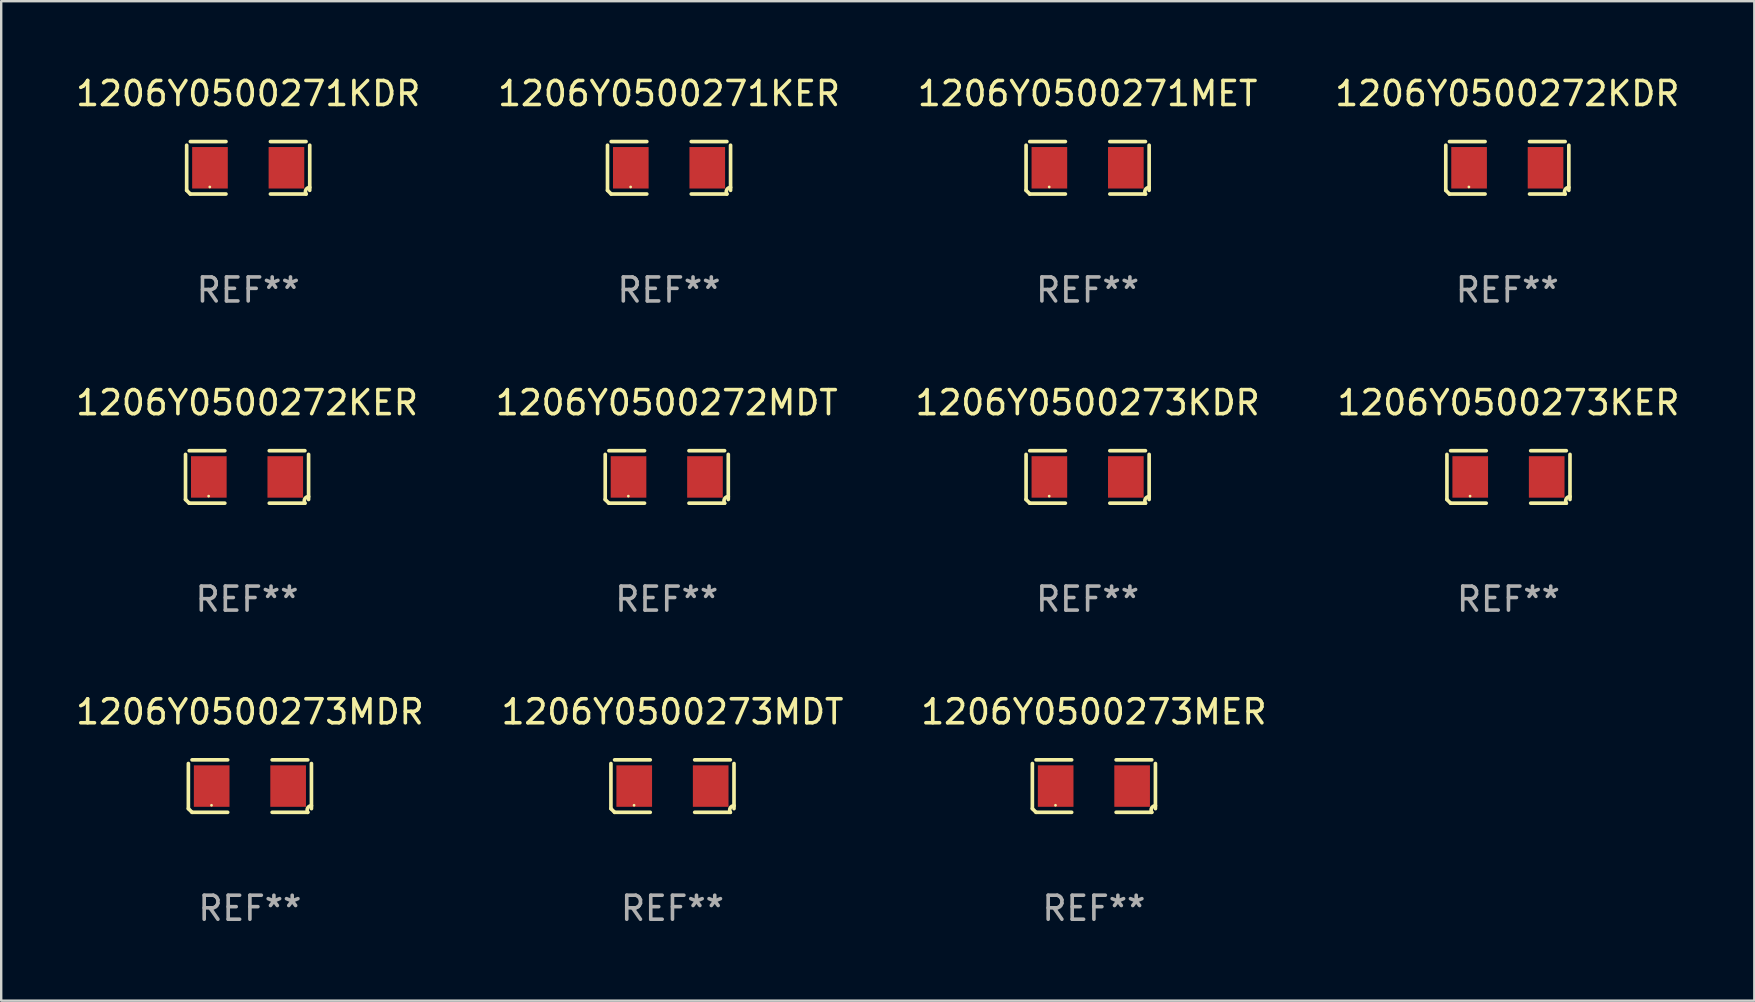
<source format=kicad_pcb>
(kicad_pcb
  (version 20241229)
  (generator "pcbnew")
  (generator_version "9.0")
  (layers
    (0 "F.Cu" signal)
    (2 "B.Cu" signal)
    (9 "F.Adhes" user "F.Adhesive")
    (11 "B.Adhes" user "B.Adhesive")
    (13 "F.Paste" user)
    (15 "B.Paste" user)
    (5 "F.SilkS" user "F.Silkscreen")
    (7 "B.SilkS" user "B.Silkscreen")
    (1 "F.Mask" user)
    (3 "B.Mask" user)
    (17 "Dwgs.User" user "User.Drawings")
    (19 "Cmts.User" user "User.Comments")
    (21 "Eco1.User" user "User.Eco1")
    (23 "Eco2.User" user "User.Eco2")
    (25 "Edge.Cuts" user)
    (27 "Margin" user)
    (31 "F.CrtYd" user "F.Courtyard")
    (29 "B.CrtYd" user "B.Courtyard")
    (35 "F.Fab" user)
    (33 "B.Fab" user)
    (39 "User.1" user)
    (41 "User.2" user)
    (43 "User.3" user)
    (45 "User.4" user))
  (footprint "1206Y0500272KDR"
    (layer "F.Cu")
    (at 59.756 3.941)
    (property "Reference" "1206Y0500272KDR" (at 0 -3.093 0) (layer "F.SilkS") (effects (font (size 1 1) (thickness 0.15))))
    (attr through_hole)
    (fp_line (start -2.564 0.94) (end -2.564 -0.94) (stroke (width 0.152) (type solid)) (layer "F.SilkS"))
    (fp_line (start -2.411 -1.093) (end -0.926 -1.093) (stroke (width 0.152) (type solid)) (layer "F.SilkS"))
    (fp_line (start -0.926 1.093) (end -2.411 1.093) (stroke (width 0.152) (type solid)) (layer "F.SilkS"))
    (fp_line (start 0.926 1.093) (end 2.411 1.093) (stroke (width 0.152) (type solid)) (layer "F.SilkS"))
    (fp_line (start 2.411 -1.093) (end 0.926 -1.093) (stroke (width 0.152) (type solid)) (layer "F.SilkS"))
    (fp_line (start 2.564 0.94) (end 2.564 -0.94) (stroke (width 0.152) (type solid)) (layer "F.SilkS"))
    (fp_arc (start -2.411201 1.092609) (mid -2.487413 1.01642) (end -2.563602 0.940208) (stroke (width 0.1524) (type solid)) (layer "F.SilkS"))
    (fp_arc (start 2.411201 1.092609) (mid 2.407159 0.911226) (end 2.563602 0.819347) (stroke (width 0.1524) (type solid)) (layer "F.SilkS"))
    (fp_circle (center -1.6 0.8) (end -1.57 0.8) (stroke (width 0.06) (type solid)) (fill no) (layer "F.SilkS"))
    (fp_text user "REF**" (at 0 5.093 0) (layer "F.Fab") (effects (font (size 1 1) (thickness 0.15))))
    (pad "1" smd rect (at -1.593 0) (size 1.485 1.728) (layers "F.Cu" "F.Mask" "F.Paste"))
    (pad "2" smd rect (at 1.593 0) (size 1.485 1.728) (layers "F.Cu" "F.Mask" "F.Paste")))
  (footprint "1206Y0500271KER"
    (layer "F.Cu")
    (at 24.827 3.941)
    (property "Reference" "1206Y0500271KER" (at 0 -3.093 0) (layer "F.SilkS") (effects (font (size 1 1) (thickness 0.15))))
    (attr through_hole)
    (fp_line (start -2.564 0.94) (end -2.564 -0.94) (stroke (width 0.152) (type solid)) (layer "F.SilkS"))
    (fp_line (start -2.411 -1.093) (end -0.926 -1.093) (stroke (width 0.152) (type solid)) (layer "F.SilkS"))
    (fp_line (start -0.926 1.093) (end -2.411 1.093) (stroke (width 0.152) (type solid)) (layer "F.SilkS"))
    (fp_line (start 0.926 1.093) (end 2.411 1.093) (stroke (width 0.152) (type solid)) (layer "F.SilkS"))
    (fp_line (start 2.411 -1.093) (end 0.926 -1.093) (stroke (width 0.152) (type solid)) (layer "F.SilkS"))
    (fp_line (start 2.564 0.94) (end 2.564 -0.94) (stroke (width 0.152) (type solid)) (layer "F.SilkS"))
    (fp_arc (start -2.411201 1.092609) (mid -2.487413 1.01642) (end -2.563602 0.940208) (stroke (width 0.1524) (type solid)) (layer "F.SilkS"))
    (fp_arc (start 2.411201 1.092609) (mid 2.407159 0.911226) (end 2.563602 0.819347) (stroke (width 0.1524) (type solid)) (layer "F.SilkS"))
    (fp_circle (center -1.6 0.8) (end -1.57 0.8) (stroke (width 0.06) (type solid)) (fill no) (layer "F.SilkS"))
    (fp_text user "REF**" (at 0 5.093 0) (layer "F.Fab") (effects (font (size 1 1) (thickness 0.15))))
    (pad "1" smd rect (at -1.593 0) (size 1.485 1.728) (layers "F.Cu" "F.Mask" "F.Paste"))
    (pad "2" smd rect (at 1.593 0) (size 1.485 1.728) (layers "F.Cu" "F.Mask" "F.Paste")))
  (footprint "1206Y0500271KDR"
    (layer "F.Cu")
    (at 7.292 3.941)
    (property "Reference" "1206Y0500271KDR" (at 0 -3.093 0) (layer "F.SilkS") (effects (font (size 1 1) (thickness 0.15))))
    (attr through_hole)
    (fp_line (start -2.564 0.94) (end -2.564 -0.94) (stroke (width 0.152) (type solid)) (layer "F.SilkS"))
    (fp_line (start -2.411 -1.093) (end -0.926 -1.093) (stroke (width 0.152) (type solid)) (layer "F.SilkS"))
    (fp_line (start -0.926 1.093) (end -2.411 1.093) (stroke (width 0.152) (type solid)) (layer "F.SilkS"))
    (fp_line (start 0.926 1.093) (end 2.411 1.093) (stroke (width 0.152) (type solid)) (layer "F.SilkS"))
    (fp_line (start 2.411 -1.093) (end 0.926 -1.093) (stroke (width 0.152) (type solid)) (layer "F.SilkS"))
    (fp_line (start 2.564 0.94) (end 2.564 -0.94) (stroke (width 0.152) (type solid)) (layer "F.SilkS"))
    (fp_arc (start -2.411201 1.092609) (mid -2.487413 1.01642) (end -2.563602 0.940208) (stroke (width 0.1524) (type solid)) (layer "F.SilkS"))
    (fp_arc (start 2.411201 1.092609) (mid 2.407159 0.911226) (end 2.563602 0.819347) (stroke (width 0.1524) (type solid)) (layer "F.SilkS"))
    (fp_circle (center -1.6 0.8) (end -1.57 0.8) (stroke (width 0.06) (type solid)) (fill no) (layer "F.SilkS"))
    (fp_text user "REF**" (at 0 5.093 0) (layer "F.Fab") (effects (font (size 1 1) (thickness 0.15))))
    (pad "1" smd rect (at -1.593 0) (size 1.485 1.728) (layers "F.Cu" "F.Mask" "F.Paste"))
    (pad "2" smd rect (at 1.593 0) (size 1.485 1.728) (layers "F.Cu" "F.Mask" "F.Paste")))
  (footprint "1206Y0500272MDT"
    (layer "F.Cu")
    (at 24.732 16.823)
    (property "Reference" "1206Y0500272MDT" (at 0 -3.093 0) (layer "F.SilkS") (effects (font (size 1 1) (thickness 0.15))))
    (attr through_hole)
    (fp_line (start -2.564 0.94) (end -2.564 -0.94) (stroke (width 0.152) (type solid)) (layer "F.SilkS"))
    (fp_line (start -2.411 -1.093) (end -0.926 -1.093) (stroke (width 0.152) (type solid)) (layer "F.SilkS"))
    (fp_line (start -0.926 1.093) (end -2.411 1.093) (stroke (width 0.152) (type solid)) (layer "F.SilkS"))
    (fp_line (start 0.926 1.093) (end 2.411 1.093) (stroke (width 0.152) (type solid)) (layer "F.SilkS"))
    (fp_line (start 2.411 -1.093) (end 0.926 -1.093) (stroke (width 0.152) (type solid)) (layer "F.SilkS"))
    (fp_line (start 2.564 0.94) (end 2.564 -0.94) (stroke (width 0.152) (type solid)) (layer "F.SilkS"))
    (fp_arc (start -2.411201 1.092609) (mid -2.487413 1.01642) (end -2.563602 0.940208) (stroke (width 0.1524) (type solid)) (layer "F.SilkS"))
    (fp_arc (start 2.411201 1.092609) (mid 2.407159 0.911226) (end 2.563602 0.819347) (stroke (width 0.1524) (type solid)) (layer "F.SilkS"))
    (fp_circle (center -1.6 0.8) (end -1.57 0.8) (stroke (width 0.06) (type solid)) (fill no) (layer "F.SilkS"))
    (fp_text user "REF**" (at 0 5.093 0) (layer "F.Fab") (effects (font (size 1 1) (thickness 0.15))))
    (pad "1" smd rect (at -1.593 0) (size 1.485 1.728) (layers "F.Cu" "F.Mask" "F.Paste"))
    (pad "2" smd rect (at 1.593 0) (size 1.485 1.728) (layers "F.Cu" "F.Mask" "F.Paste")))
  (footprint "1206Y0500272KER"
    (layer "F.Cu")
    (at 7.244 16.823)
    (property "Reference" "1206Y0500272KER" (at 0 -3.093 0) (layer "F.SilkS") (effects (font (size 1 1) (thickness 0.15))))
    (attr through_hole)
    (fp_line (start -2.564 0.94) (end -2.564 -0.94) (stroke (width 0.152) (type solid)) (layer "F.SilkS"))
    (fp_line (start -2.411 -1.093) (end -0.926 -1.093) (stroke (width 0.152) (type solid)) (layer "F.SilkS"))
    (fp_line (start -0.926 1.093) (end -2.411 1.093) (stroke (width 0.152) (type solid)) (layer "F.SilkS"))
    (fp_line (start 0.926 1.093) (end 2.411 1.093) (stroke (width 0.152) (type solid)) (layer "F.SilkS"))
    (fp_line (start 2.411 -1.093) (end 0.926 -1.093) (stroke (width 0.152) (type solid)) (layer "F.SilkS"))
    (fp_line (start 2.564 0.94) (end 2.564 -0.94) (stroke (width 0.152) (type solid)) (layer "F.SilkS"))
    (fp_arc (start -2.411201 1.092609) (mid -2.487413 1.01642) (end -2.563602 0.940208) (stroke (width 0.1524) (type solid)) (layer "F.SilkS"))
    (fp_arc (start 2.411201 1.092609) (mid 2.407159 0.911226) (end 2.563602 0.819347) (stroke (width 0.1524) (type solid)) (layer "F.SilkS"))
    (fp_circle (center -1.6 0.8) (end -1.57 0.8) (stroke (width 0.06) (type solid)) (fill no) (layer "F.SilkS"))
    (fp_text user "REF**" (at 0 5.093 0) (layer "F.Fab") (effects (font (size 1 1) (thickness 0.15))))
    (pad "1" smd rect (at -1.593 0) (size 1.485 1.728) (layers "F.Cu" "F.Mask" "F.Paste"))
    (pad "2" smd rect (at 1.593 0) (size 1.485 1.728) (layers "F.Cu" "F.Mask" "F.Paste")))
  (footprint "1206Y0500273MER"
    (layer "F.Cu")
    (at 42.53 29.704)
    (property "Reference" "1206Y0500273MER" (at 0 -3.093 0) (layer "F.SilkS") (effects (font (size 1 1) (thickness 0.15))))
    (attr through_hole)
    (fp_line (start -2.564 0.94) (end -2.564 -0.94) (stroke (width 0.152) (type solid)) (layer "F.SilkS"))
    (fp_line (start -2.411 -1.093) (end -0.926 -1.093) (stroke (width 0.152) (type solid)) (layer "F.SilkS"))
    (fp_line (start -0.926 1.093) (end -2.411 1.093) (stroke (width 0.152) (type solid)) (layer "F.SilkS"))
    (fp_line (start 0.926 1.093) (end 2.411 1.093) (stroke (width 0.152) (type solid)) (layer "F.SilkS"))
    (fp_line (start 2.411 -1.093) (end 0.926 -1.093) (stroke (width 0.152) (type solid)) (layer "F.SilkS"))
    (fp_line (start 2.564 0.94) (end 2.564 -0.94) (stroke (width 0.152) (type solid)) (layer "F.SilkS"))
    (fp_arc (start -2.411201 1.092609) (mid -2.487413 1.01642) (end -2.563602 0.940208) (stroke (width 0.1524) (type solid)) (layer "F.SilkS"))
    (fp_arc (start 2.411201 1.092609) (mid 2.407159 0.911226) (end 2.563602 0.819347) (stroke (width 0.1524) (type solid)) (layer "F.SilkS"))
    (fp_circle (center -1.6 0.8) (end -1.57 0.8) (stroke (width 0.06) (type solid)) (fill no) (layer "F.SilkS"))
    (fp_text user "REF**" (at 0 5.093 0) (layer "F.Fab") (effects (font (size 1 1) (thickness 0.15))))
    (pad "1" smd rect (at -1.593 0) (size 1.485 1.728) (layers "F.Cu" "F.Mask" "F.Paste"))
    (pad "2" smd rect (at 1.593 0) (size 1.485 1.728) (layers "F.Cu" "F.Mask" "F.Paste")))
  (footprint "1206Y0500273MDR"
    (layer "F.Cu")
    (at 7.363 29.704)
    (property "Reference" "1206Y0500273MDR" (at 0 -3.093 0) (layer "F.SilkS") (effects (font (size 1 1) (thickness 0.15))))
    (attr through_hole)
    (fp_line (start -2.564 0.94) (end -2.564 -0.94) (stroke (width 0.152) (type solid)) (layer "F.SilkS"))
    (fp_line (start -2.411 -1.093) (end -0.926 -1.093) (stroke (width 0.152) (type solid)) (layer "F.SilkS"))
    (fp_line (start -0.926 1.093) (end -2.411 1.093) (stroke (width 0.152) (type solid)) (layer "F.SilkS"))
    (fp_line (start 0.926 1.093) (end 2.411 1.093) (stroke (width 0.152) (type solid)) (layer "F.SilkS"))
    (fp_line (start 2.411 -1.093) (end 0.926 -1.093) (stroke (width 0.152) (type solid)) (layer "F.SilkS"))
    (fp_line (start 2.564 0.94) (end 2.564 -0.94) (stroke (width 0.152) (type solid)) (layer "F.SilkS"))
    (fp_arc (start -2.411201 1.092609) (mid -2.487413 1.01642) (end -2.563602 0.940208) (stroke (width 0.1524) (type solid)) (layer "F.SilkS"))
    (fp_arc (start 2.411201 1.092609) (mid 2.407159 0.911226) (end 2.563602 0.819347) (stroke (width 0.1524) (type solid)) (layer "F.SilkS"))
    (fp_circle (center -1.6 0.8) (end -1.57 0.8) (stroke (width 0.06) (type solid)) (fill no) (layer "F.SilkS"))
    (fp_text user "REF**" (at 0 5.093 0) (layer "F.Fab") (effects (font (size 1 1) (thickness 0.15))))
    (pad "1" smd rect (at -1.593 0) (size 1.485 1.728) (layers "F.Cu" "F.Mask" "F.Paste"))
    (pad "2" smd rect (at 1.593 0) (size 1.485 1.728) (layers "F.Cu" "F.Mask" "F.Paste")))
  (footprint "1206Y0500273MDT"
    (layer "F.Cu")
    (at 24.97 29.704)
    (property "Reference" "1206Y0500273MDT" (at 0 -3.093 0) (layer "F.SilkS") (effects (font (size 1 1) (thickness 0.15))))
    (attr through_hole)
    (fp_line (start -2.564 0.94) (end -2.564 -0.94) (stroke (width 0.152) (type solid)) (layer "F.SilkS"))
    (fp_line (start -2.411 -1.093) (end -0.926 -1.093) (stroke (width 0.152) (type solid)) (layer "F.SilkS"))
    (fp_line (start -0.926 1.093) (end -2.411 1.093) (stroke (width 0.152) (type solid)) (layer "F.SilkS"))
    (fp_line (start 0.926 1.093) (end 2.411 1.093) (stroke (width 0.152) (type solid)) (layer "F.SilkS"))
    (fp_line (start 2.411 -1.093) (end 0.926 -1.093) (stroke (width 0.152) (type solid)) (layer "F.SilkS"))
    (fp_line (start 2.564 0.94) (end 2.564 -0.94) (stroke (width 0.152) (type solid)) (layer "F.SilkS"))
    (fp_arc (start -2.411201 1.092609) (mid -2.487413 1.01642) (end -2.563602 0.940208) (stroke (width 0.1524) (type solid)) (layer "F.SilkS"))
    (fp_arc (start 2.411201 1.092609) (mid 2.407159 0.911226) (end 2.563602 0.819347) (stroke (width 0.1524) (type solid)) (layer "F.SilkS"))
    (fp_circle (center -1.6 0.8) (end -1.57 0.8) (stroke (width 0.06) (type solid)) (fill no) (layer "F.SilkS"))
    (fp_text user "REF**" (at 0 5.093 0) (layer "F.Fab") (effects (font (size 1 1) (thickness 0.15))))
    (pad "1" smd rect (at -1.593 0) (size 1.485 1.728) (layers "F.Cu" "F.Mask" "F.Paste"))
    (pad "2" smd rect (at 1.593 0) (size 1.485 1.728) (layers "F.Cu" "F.Mask" "F.Paste")))
  (footprint "1206Y0500273KDR"
    (layer "F.Cu")
    (at 42.268 16.823)
    (property "Reference" "1206Y0500273KDR" (at 0 -3.093 0) (layer "F.SilkS") (effects (font (size 1 1) (thickness 0.15))))
    (attr through_hole)
    (fp_line (start -2.564 0.94) (end -2.564 -0.94) (stroke (width 0.152) (type solid)) (layer "F.SilkS"))
    (fp_line (start -2.411 -1.093) (end -0.926 -1.093) (stroke (width 0.152) (type solid)) (layer "F.SilkS"))
    (fp_line (start -0.926 1.093) (end -2.411 1.093) (stroke (width 0.152) (type solid)) (layer "F.SilkS"))
    (fp_line (start 0.926 1.093) (end 2.411 1.093) (stroke (width 0.152) (type solid)) (layer "F.SilkS"))
    (fp_line (start 2.411 -1.093) (end 0.926 -1.093) (stroke (width 0.152) (type solid)) (layer "F.SilkS"))
    (fp_line (start 2.564 0.94) (end 2.564 -0.94) (stroke (width 0.152) (type solid)) (layer "F.SilkS"))
    (fp_arc (start -2.411201 1.092609) (mid -2.487413 1.01642) (end -2.563602 0.940208) (stroke (width 0.1524) (type solid)) (layer "F.SilkS"))
    (fp_arc (start 2.411201 1.092609) (mid 2.407159 0.911226) (end 2.563602 0.819347) (stroke (width 0.1524) (type solid)) (layer "F.SilkS"))
    (fp_circle (center -1.6 0.8) (end -1.57 0.8) (stroke (width 0.06) (type solid)) (fill no) (layer "F.SilkS"))
    (fp_text user "REF**" (at 0 5.093 0) (layer "F.Fab") (effects (font (size 1 1) (thickness 0.15))))
    (pad "1" smd rect (at -1.593 0) (size 1.485 1.728) (layers "F.Cu" "F.Mask" "F.Paste"))
    (pad "2" smd rect (at 1.593 0) (size 1.485 1.728) (layers "F.Cu" "F.Mask" "F.Paste")))
  (footprint "1206Y0500271MET"
    (layer "F.Cu")
    (at 42.268 3.941)
    (property "Reference" "1206Y0500271MET" (at 0 -3.093 0) (layer "F.SilkS") (effects (font (size 1 1) (thickness 0.15))))
    (attr through_hole)
    (fp_line (start -2.564 0.94) (end -2.564 -0.94) (stroke (width 0.152) (type solid)) (layer "F.SilkS"))
    (fp_line (start -2.411 -1.093) (end -0.926 -1.093) (stroke (width 0.152) (type solid)) (layer "F.SilkS"))
    (fp_line (start -0.926 1.093) (end -2.411 1.093) (stroke (width 0.152) (type solid)) (layer "F.SilkS"))
    (fp_line (start 0.926 1.093) (end 2.411 1.093) (stroke (width 0.152) (type solid)) (layer "F.SilkS"))
    (fp_line (start 2.411 -1.093) (end 0.926 -1.093) (stroke (width 0.152) (type solid)) (layer "F.SilkS"))
    (fp_line (start 2.564 0.94) (end 2.564 -0.94) (stroke (width 0.152) (type solid)) (layer "F.SilkS"))
    (fp_arc (start -2.411201 1.092609) (mid -2.487413 1.01642) (end -2.563602 0.940208) (stroke (width 0.1524) (type solid)) (layer "F.SilkS"))
    (fp_arc (start 2.411201 1.092609) (mid 2.407159 0.911226) (end 2.563602 0.819347) (stroke (width 0.1524) (type solid)) (layer "F.SilkS"))
    (fp_circle (center -1.6 0.8) (end -1.57 0.8) (stroke (width 0.06) (type solid)) (fill no) (layer "F.SilkS"))
    (fp_text user "REF**" (at 0 5.093 0) (layer "F.Fab") (effects (font (size 1 1) (thickness 0.15))))
    (pad "1" smd rect (at -1.593 0) (size 1.485 1.728) (layers "F.Cu" "F.Mask" "F.Paste"))
    (pad "2" smd rect (at 1.593 0) (size 1.485 1.728) (layers "F.Cu" "F.Mask" "F.Paste")))
  (footprint "1206Y0500273KER"
    (layer "F.Cu")
    (at 59.804 16.823)
    (property "Reference" "1206Y0500273KER" (at 0 -3.093 0) (layer "F.SilkS") (effects (font (size 1 1) (thickness 0.15))))
    (attr through_hole)
    (fp_line (start -2.564 0.94) (end -2.564 -0.94) (stroke (width 0.152) (type solid)) (layer "F.SilkS"))
    (fp_line (start -2.411 -1.093) (end -0.926 -1.093) (stroke (width 0.152) (type solid)) (layer "F.SilkS"))
    (fp_line (start -0.926 1.093) (end -2.411 1.093) (stroke (width 0.152) (type solid)) (layer "F.SilkS"))
    (fp_line (start 0.926 1.093) (end 2.411 1.093) (stroke (width 0.152) (type solid)) (layer "F.SilkS"))
    (fp_line (start 2.411 -1.093) (end 0.926 -1.093) (stroke (width 0.152) (type solid)) (layer "F.SilkS"))
    (fp_line (start 2.564 0.94) (end 2.564 -0.94) (stroke (width 0.152) (type solid)) (layer "F.SilkS"))
    (fp_arc (start -2.411201 1.092609) (mid -2.487413 1.01642) (end -2.563602 0.940208) (stroke (width 0.1524) (type solid)) (layer "F.SilkS"))
    (fp_arc (start 2.411201 1.092609) (mid 2.407159 0.911226) (end 2.563602 0.819347) (stroke (width 0.1524) (type solid)) (layer "F.SilkS"))
    (fp_circle (center -1.6 0.8) (end -1.57 0.8) (stroke (width 0.06) (type solid)) (fill no) (layer "F.SilkS"))
    (fp_text user "REF**" (at 0 5.093 0) (layer "F.Fab") (effects (font (size 1 1) (thickness 0.15))))
    (pad "1" smd rect (at -1.593 0) (size 1.485 1.728) (layers "F.Cu" "F.Mask" "F.Paste"))
    (pad "2" smd rect (at 1.593 0) (size 1.485 1.728) (layers "F.Cu" "F.Mask" "F.Paste")))
  (gr_rect
    (start -3 -3)
    (end 70.048 38.645)
    (stroke (width 0.1) (type default))
    (fill no)
    (layer "Edge.Cuts")))
</source>
